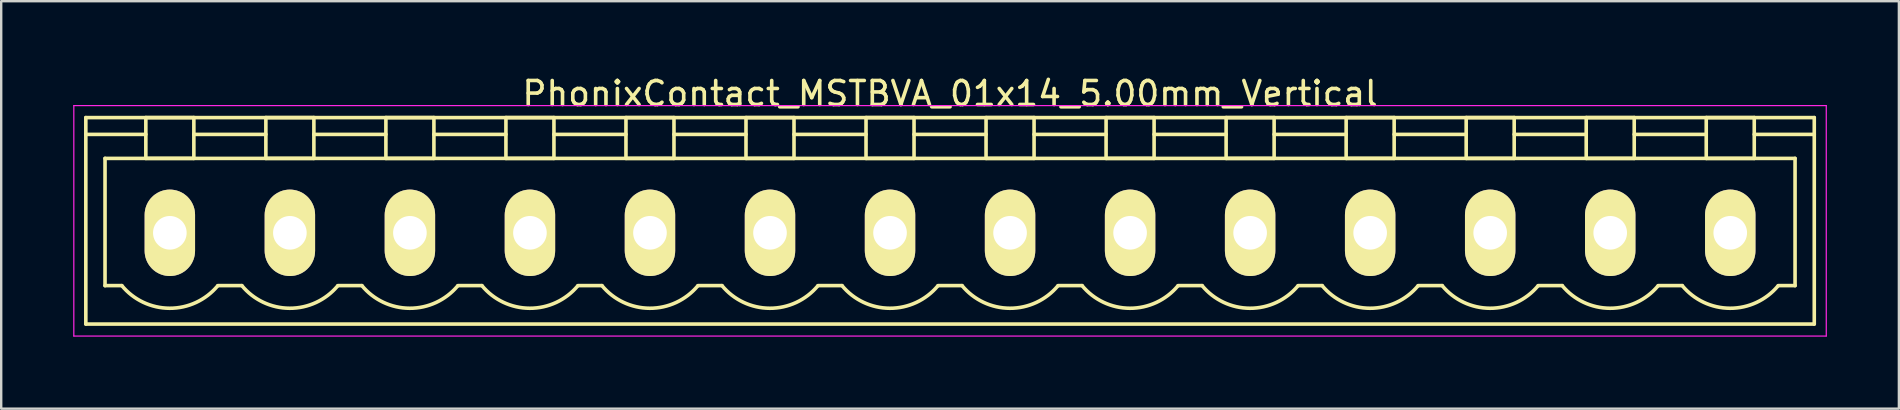
<source format=kicad_pcb>
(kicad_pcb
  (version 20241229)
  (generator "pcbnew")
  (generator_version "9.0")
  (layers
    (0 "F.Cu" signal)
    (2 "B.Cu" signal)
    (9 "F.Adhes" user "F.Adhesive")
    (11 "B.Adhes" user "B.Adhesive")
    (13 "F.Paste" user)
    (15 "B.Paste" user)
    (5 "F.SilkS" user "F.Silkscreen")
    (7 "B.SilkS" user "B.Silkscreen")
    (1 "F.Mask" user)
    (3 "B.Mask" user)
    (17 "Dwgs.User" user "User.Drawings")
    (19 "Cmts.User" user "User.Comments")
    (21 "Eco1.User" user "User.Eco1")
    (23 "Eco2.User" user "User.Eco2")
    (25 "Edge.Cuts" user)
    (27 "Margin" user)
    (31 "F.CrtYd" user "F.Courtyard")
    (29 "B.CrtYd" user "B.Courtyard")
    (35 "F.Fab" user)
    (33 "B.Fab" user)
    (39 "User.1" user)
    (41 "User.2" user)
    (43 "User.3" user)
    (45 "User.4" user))
  (footprint "PhonixContact_MSTBVA_01x14_5.00mm_Vertical"
    (layer "F.Cu")
    (at 4.025 6.648)
    (property "Reference" "PhonixContact_MSTBVA_01x14_5.00mm_Vertical" (at 32.5 -5.8 0) (layer "F.SilkS") (effects (font (size 1 1) (thickness 0.15))))
    (attr through_hole)
    (fp_line (start -3.5 -4.8) (end -3.5 3.8) (stroke (width 0.15) (type solid)) (layer "F.SilkS"))
    (fp_line (start -3.5 -4.1) (end -1 -4.1) (stroke (width 0.15) (type solid)) (layer "F.SilkS"))
    (fp_line (start -3.5 3.8) (end 68.5 3.8) (stroke (width 0.15) (type solid)) (layer "F.SilkS"))
    (fp_line (start -2.7 -3.1) (end 67.7 -3.1) (stroke (width 0.15) (type solid)) (layer "F.SilkS"))
    (fp_line (start -2.7 2.2) (end -2.7 -3.1) (stroke (width 0.15) (type solid)) (layer "F.SilkS"))
    (fp_line (start -2 2.2) (end -2.7 2.2) (stroke (width 0.15) (type solid)) (layer "F.SilkS"))
    (fp_line (start -1 -4.8) (end 1 -4.8) (stroke (width 0.15) (type solid)) (layer "F.SilkS"))
    (fp_line (start -1 -3.1) (end -1 -4.8) (stroke (width 0.15) (type solid)) (layer "F.SilkS"))
    (fp_line (start 1 -4.8) (end 1 -3.1) (stroke (width 0.15) (type solid)) (layer "F.SilkS"))
    (fp_line (start 1 -4.1) (end 4 -4.1) (stroke (width 0.15) (type solid)) (layer "F.SilkS"))
    (fp_line (start 1 -3.1) (end -1 -3.1) (stroke (width 0.15) (type solid)) (layer "F.SilkS"))
    (fp_line (start 2 2.2) (end 3 2.2) (stroke (width 0.15) (type solid)) (layer "F.SilkS"))
    (fp_line (start 4 -4.8) (end 6 -4.8) (stroke (width 0.15) (type solid)) (layer "F.SilkS"))
    (fp_line (start 4 -3.1) (end 4 -4.8) (stroke (width 0.15) (type solid)) (layer "F.SilkS"))
    (fp_line (start 6 -4.8) (end 6 -3.1) (stroke (width 0.15) (type solid)) (layer "F.SilkS"))
    (fp_line (start 6 -4.1) (end 9 -4.1) (stroke (width 0.15) (type solid)) (layer "F.SilkS"))
    (fp_line (start 6 -3.1) (end 4 -3.1) (stroke (width 0.15) (type solid)) (layer "F.SilkS"))
    (fp_line (start 7 2.2) (end 8 2.2) (stroke (width 0.15) (type solid)) (layer "F.SilkS"))
    (fp_line (start 9 -4.8) (end 11 -4.8) (stroke (width 0.15) (type solid)) (layer "F.SilkS"))
    (fp_line (start 9 -3.1) (end 9 -4.8) (stroke (width 0.15) (type solid)) (layer "F.SilkS"))
    (fp_line (start 11 -4.8) (end 11 -3.1) (stroke (width 0.15) (type solid)) (layer "F.SilkS"))
    (fp_line (start 11 -4.1) (end 14 -4.1) (stroke (width 0.15) (type solid)) (layer "F.SilkS"))
    (fp_line (start 11 -3.1) (end 9 -3.1) (stroke (width 0.15) (type solid)) (layer "F.SilkS"))
    (fp_line (start 12 2.2) (end 13 2.2) (stroke (width 0.15) (type solid)) (layer "F.SilkS"))
    (fp_line (start 14 -4.8) (end 16 -4.8) (stroke (width 0.15) (type solid)) (layer "F.SilkS"))
    (fp_line (start 14 -3.1) (end 14 -4.8) (stroke (width 0.15) (type solid)) (layer "F.SilkS"))
    (fp_line (start 16 -4.8) (end 16 -3.1) (stroke (width 0.15) (type solid)) (layer "F.SilkS"))
    (fp_line (start 16 -4.1) (end 19 -4.1) (stroke (width 0.15) (type solid)) (layer "F.SilkS"))
    (fp_line (start 16 -3.1) (end 14 -3.1) (stroke (width 0.15) (type solid)) (layer "F.SilkS"))
    (fp_line (start 17 2.2) (end 18 2.2) (stroke (width 0.15) (type solid)) (layer "F.SilkS"))
    (fp_line (start 19 -4.8) (end 21 -4.8) (stroke (width 0.15) (type solid)) (layer "F.SilkS"))
    (fp_line (start 19 -3.1) (end 19 -4.8) (stroke (width 0.15) (type solid)) (layer "F.SilkS"))
    (fp_line (start 21 -4.8) (end 21 -3.1) (stroke (width 0.15) (type solid)) (layer "F.SilkS"))
    (fp_line (start 21 -4.1) (end 24 -4.1) (stroke (width 0.15) (type solid)) (layer "F.SilkS"))
    (fp_line (start 21 -3.1) (end 19 -3.1) (stroke (width 0.15) (type solid)) (layer "F.SilkS"))
    (fp_line (start 22 2.2) (end 23 2.2) (stroke (width 0.15) (type solid)) (layer "F.SilkS"))
    (fp_line (start 24 -4.8) (end 26 -4.8) (stroke (width 0.15) (type solid)) (layer "F.SilkS"))
    (fp_line (start 24 -3.1) (end 24 -4.8) (stroke (width 0.15) (type solid)) (layer "F.SilkS"))
    (fp_line (start 26 -4.8) (end 26 -3.1) (stroke (width 0.15) (type solid)) (layer "F.SilkS"))
    (fp_line (start 26 -4.1) (end 29 -4.1) (stroke (width 0.15) (type solid)) (layer "F.SilkS"))
    (fp_line (start 26 -3.1) (end 24 -3.1) (stroke (width 0.15) (type solid)) (layer "F.SilkS"))
    (fp_line (start 27 2.2) (end 28 2.2) (stroke (width 0.15) (type solid)) (layer "F.SilkS"))
    (fp_line (start 29 -4.8) (end 31 -4.8) (stroke (width 0.15) (type solid)) (layer "F.SilkS"))
    (fp_line (start 29 -3.1) (end 29 -4.8) (stroke (width 0.15) (type solid)) (layer "F.SilkS"))
    (fp_line (start 31 -4.8) (end 31 -3.1) (stroke (width 0.15) (type solid)) (layer "F.SilkS"))
    (fp_line (start 31 -4.1) (end 34 -4.1) (stroke (width 0.15) (type solid)) (layer "F.SilkS"))
    (fp_line (start 31 -3.1) (end 29 -3.1) (stroke (width 0.15) (type solid)) (layer "F.SilkS"))
    (fp_line (start 32 2.2) (end 33 2.2) (stroke (width 0.15) (type solid)) (layer "F.SilkS"))
    (fp_line (start 34 -4.8) (end 36 -4.8) (stroke (width 0.15) (type solid)) (layer "F.SilkS"))
    (fp_line (start 34 -3.1) (end 34 -4.8) (stroke (width 0.15) (type solid)) (layer "F.SilkS"))
    (fp_line (start 36 -4.8) (end 36 -3.1) (stroke (width 0.15) (type solid)) (layer "F.SilkS"))
    (fp_line (start 36 -4.1) (end 39 -4.1) (stroke (width 0.15) (type solid)) (layer "F.SilkS"))
    (fp_line (start 36 -3.1) (end 34 -3.1) (stroke (width 0.15) (type solid)) (layer "F.SilkS"))
    (fp_line (start 37 2.2) (end 38 2.2) (stroke (width 0.15) (type solid)) (layer "F.SilkS"))
    (fp_line (start 39 -4.8) (end 41 -4.8) (stroke (width 0.15) (type solid)) (layer "F.SilkS"))
    (fp_line (start 39 -3.1) (end 39 -4.8) (stroke (width 0.15) (type solid)) (layer "F.SilkS"))
    (fp_line (start 41 -4.8) (end 41 -3.1) (stroke (width 0.15) (type solid)) (layer "F.SilkS"))
    (fp_line (start 41 -4.1) (end 44 -4.1) (stroke (width 0.15) (type solid)) (layer "F.SilkS"))
    (fp_line (start 41 -3.1) (end 39 -3.1) (stroke (width 0.15) (type solid)) (layer "F.SilkS"))
    (fp_line (start 42 2.2) (end 43 2.2) (stroke (width 0.15) (type solid)) (layer "F.SilkS"))
    (fp_line (start 44 -4.8) (end 46 -4.8) (stroke (width 0.15) (type solid)) (layer "F.SilkS"))
    (fp_line (start 44 -3.1) (end 44 -4.8) (stroke (width 0.15) (type solid)) (layer "F.SilkS"))
    (fp_line (start 46 -4.8) (end 46 -3.1) (stroke (width 0.15) (type solid)) (layer "F.SilkS"))
    (fp_line (start 46 -4.1) (end 49 -4.1) (stroke (width 0.15) (type solid)) (layer "F.SilkS"))
    (fp_line (start 46 -3.1) (end 44 -3.1) (stroke (width 0.15) (type solid)) (layer "F.SilkS"))
    (fp_line (start 47 2.2) (end 48 2.2) (stroke (width 0.15) (type solid)) (layer "F.SilkS"))
    (fp_line (start 49 -4.8) (end 51 -4.8) (stroke (width 0.15) (type solid)) (layer "F.SilkS"))
    (fp_line (start 49 -3.1) (end 49 -4.8) (stroke (width 0.15) (type solid)) (layer "F.SilkS"))
    (fp_line (start 51 -4.8) (end 51 -3.1) (stroke (width 0.15) (type solid)) (layer "F.SilkS"))
    (fp_line (start 51 -4.1) (end 54 -4.1) (stroke (width 0.15) (type solid)) (layer "F.SilkS"))
    (fp_line (start 51 -3.1) (end 49 -3.1) (stroke (width 0.15) (type solid)) (layer "F.SilkS"))
    (fp_line (start 52 2.2) (end 53 2.2) (stroke (width 0.15) (type solid)) (layer "F.SilkS"))
    (fp_line (start 54 -4.8) (end 56 -4.8) (stroke (width 0.15) (type solid)) (layer "F.SilkS"))
    (fp_line (start 54 -3.1) (end 54 -4.8) (stroke (width 0.15) (type solid)) (layer "F.SilkS"))
    (fp_line (start 56 -4.8) (end 56 -3.1) (stroke (width 0.15) (type solid)) (layer "F.SilkS"))
    (fp_line (start 56 -4.1) (end 59 -4.1) (stroke (width 0.15) (type solid)) (layer "F.SilkS"))
    (fp_line (start 56 -3.1) (end 54 -3.1) (stroke (width 0.15) (type solid)) (layer "F.SilkS"))
    (fp_line (start 57 2.2) (end 58 2.2) (stroke (width 0.15) (type solid)) (layer "F.SilkS"))
    (fp_line (start 59 -4.8) (end 61 -4.8) (stroke (width 0.15) (type solid)) (layer "F.SilkS"))
    (fp_line (start 59 -3.1) (end 59 -4.8) (stroke (width 0.15) (type solid)) (layer "F.SilkS"))
    (fp_line (start 61 -4.8) (end 61 -3.1) (stroke (width 0.15) (type solid)) (layer "F.SilkS"))
    (fp_line (start 61 -4.1) (end 64 -4.1) (stroke (width 0.15) (type solid)) (layer "F.SilkS"))
    (fp_line (start 61 -3.1) (end 59 -3.1) (stroke (width 0.15) (type solid)) (layer "F.SilkS"))
    (fp_line (start 62 2.2) (end 63 2.2) (stroke (width 0.15) (type solid)) (layer "F.SilkS"))
    (fp_line (start 64 -4.8) (end 66 -4.8) (stroke (width 0.15) (type solid)) (layer "F.SilkS"))
    (fp_line (start 64 -3.1) (end 64 -4.8) (stroke (width 0.15) (type solid)) (layer "F.SilkS"))
    (fp_line (start 66 -4.8) (end 66 -3.1) (stroke (width 0.15) (type solid)) (layer "F.SilkS"))
    (fp_line (start 66 -3.1) (end 64 -3.1) (stroke (width 0.15) (type solid)) (layer "F.SilkS"))
    (fp_line (start 67.7 -3.1) (end 67.7 2.2) (stroke (width 0.15) (type solid)) (layer "F.SilkS"))
    (fp_line (start 67.7 2.2) (end 67 2.2) (stroke (width 0.15) (type solid)) (layer "F.SilkS"))
    (fp_line (start 68.5 -4.8) (end -3.5 -4.8) (stroke (width 0.15) (type solid)) (layer "F.SilkS"))
    (fp_line (start 68.5 -4.1) (end 66 -4.1) (stroke (width 0.15) (type solid)) (layer "F.SilkS"))
    (fp_line (start 68.5 3.8) (end 68.5 -4.8) (stroke (width 0.15) (type solid)) (layer "F.SilkS"))
    (fp_arc (start 1.986842 2.215821) (mid -0.010289 3.142758) (end -2 2.2) (stroke (width 0.15) (type solid)) (layer "F.SilkS"))
    (fp_arc (start 6.986842 2.215821) (mid 4.989711 3.142758) (end 3 2.2) (stroke (width 0.15) (type solid)) (layer "F.SilkS"))
    (fp_arc (start 11.986842 2.215821) (mid 9.989711 3.142758) (end 8 2.2) (stroke (width 0.15) (type solid)) (layer "F.SilkS"))
    (fp_arc (start 16.986842 2.215821) (mid 14.989711 3.142758) (end 13 2.2) (stroke (width 0.15) (type solid)) (layer "F.SilkS"))
    (fp_arc (start 21.986842 2.215821) (mid 19.989711 3.142758) (end 18 2.2) (stroke (width 0.15) (type solid)) (layer "F.SilkS"))
    (fp_arc (start 26.986842 2.215821) (mid 24.989711 3.142758) (end 23 2.2) (stroke (width 0.15) (type solid)) (layer "F.SilkS"))
    (fp_arc (start 31.986842 2.215821) (mid 29.989711 3.142758) (end 28 2.2) (stroke (width 0.15) (type solid)) (layer "F.SilkS"))
    (fp_arc (start 36.986842 2.215821) (mid 34.989711 3.142758) (end 33 2.2) (stroke (width 0.15) (type solid)) (layer "F.SilkS"))
    (fp_arc (start 41.986842 2.215821) (mid 39.989711 3.142758) (end 38 2.2) (stroke (width 0.15) (type solid)) (layer "F.SilkS"))
    (fp_arc (start 46.986842 2.215821) (mid 44.989711 3.142758) (end 43 2.2) (stroke (width 0.15) (type solid)) (layer "F.SilkS"))
    (fp_arc (start 51.986842 2.215821) (mid 49.989711 3.142758) (end 48 2.2) (stroke (width 0.15) (type solid)) (layer "F.SilkS"))
    (fp_arc (start 56.986842 2.215821) (mid 54.989711 3.142758) (end 53 2.2) (stroke (width 0.15) (type solid)) (layer "F.SilkS"))
    (fp_arc (start 61.986842 2.215821) (mid 59.989711 3.142758) (end 58 2.2) (stroke (width 0.15) (type solid)) (layer "F.SilkS"))
    (fp_arc (start 66.986842 2.215821) (mid 64.989711 3.142758) (end 63 2.2) (stroke (width 0.15) (type solid)) (layer "F.SilkS"))
    (fp_line (start -4 -5.3) (end -4 4.3) (stroke (width 0.05) (type solid)) (layer "F.CrtYd"))
    (fp_line (start -4 4.3) (end 69 4.3) (stroke (width 0.05) (type solid)) (layer "F.CrtYd"))
    (fp_line (start 69 -5.3) (end -4 -5.3) (stroke (width 0.05) (type solid)) (layer "F.CrtYd"))
    (fp_line (start 69 4.3) (end 69 -5.3) (stroke (width 0.05) (type solid)) (layer "F.CrtYd"))
    (pad "1" thru_hole oval (at 0 0) (size 2.1 3.6) (drill 1.4) (layers "*.Cu" "*.Mask" "F.SilkS"))
    (pad "2" thru_hole oval (at 5 0) (size 2.1 3.6) (drill 1.4) (layers "*.Cu" "*.Mask" "F.SilkS"))
    (pad "3" thru_hole oval (at 10 0) (size 2.1 3.6) (drill 1.4) (layers "*.Cu" "*.Mask" "F.SilkS"))
    (pad "4" thru_hole oval (at 15 0) (size 2.1 3.6) (drill 1.4) (layers "*.Cu" "*.Mask" "F.SilkS"))
    (pad "5" thru_hole oval (at 20 0) (size 2.1 3.6) (drill 1.4) (layers "*.Cu" "*.Mask" "F.SilkS"))
    (pad "6" thru_hole oval (at 25 0) (size 2.1 3.6) (drill 1.4) (layers "*.Cu" "*.Mask" "F.SilkS"))
    (pad "7" thru_hole oval (at 30 0) (size 2.1 3.6) (drill 1.4) (layers "*.Cu" "*.Mask" "F.SilkS"))
    (pad "8" thru_hole oval (at 35 0) (size 2.1 3.6) (drill 1.4) (layers "*.Cu" "*.Mask" "F.SilkS"))
    (pad "9" thru_hole oval (at 40 0) (size 2.1 3.6) (drill 1.4) (layers "*.Cu" "*.Mask" "F.SilkS"))
    (pad "10" thru_hole oval (at 45 0) (size 2.1 3.6) (drill 1.4) (layers "*.Cu" "*.Mask" "F.SilkS"))
    (pad "11" thru_hole oval (at 50 0) (size 2.1 3.6) (drill 1.4) (layers "*.Cu" "*.Mask" "F.SilkS"))
    (pad "12" thru_hole oval (at 55 0) (size 2.1 3.6) (drill 1.4) (layers "*.Cu" "*.Mask" "F.SilkS"))
    (pad "13" thru_hole oval (at 60 0) (size 2.1 3.6) (drill 1.4) (layers "*.Cu" "*.Mask" "F.SilkS"))
    (pad "14" thru_hole oval (at 65 0) (size 2.1 3.6) (drill 1.4) (layers "*.Cu" "*.Mask" "F.SilkS")))
  (gr_rect
    (start -3 -3)
    (end 76.05 13.973)
    (stroke (width 0.1) (type default))
    (fill no)
    (layer "Edge.Cuts")))
</source>
